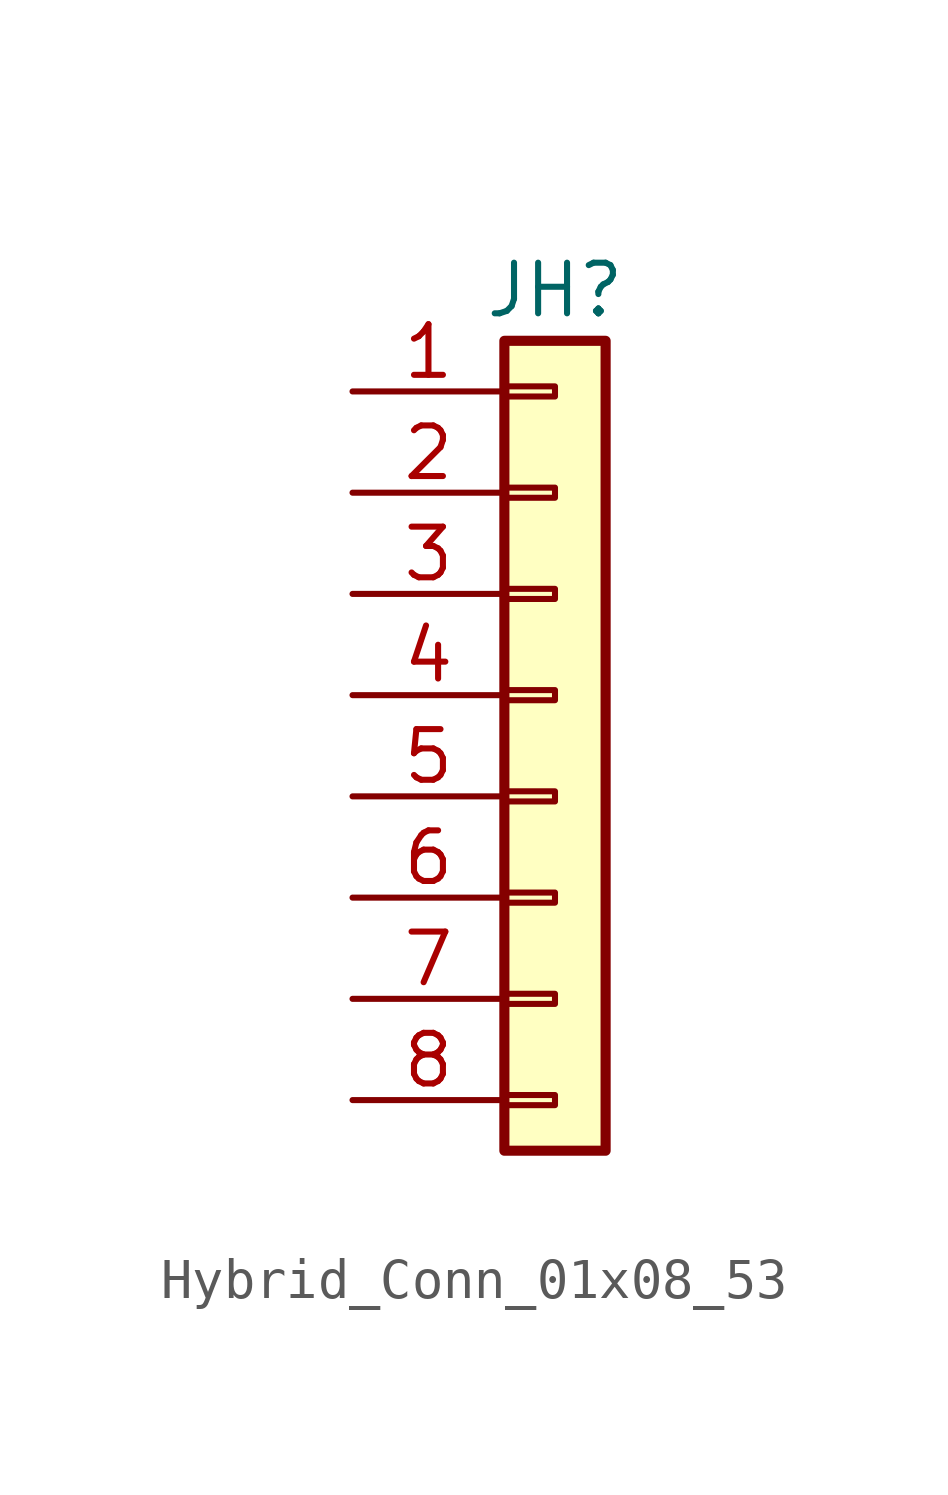
<source format=kicad_sym>
(kicad_symbol_lib
  (version 20220914)
  (generator kicad_symbol_editor)
  (symbol "Hybrid_Conn_01x08_53"
    (property "Reference" "JH"
      (at 5.08 17.78 0)
      (effects (font (size 1.27 1.27))))
    (property "Value" ""
      (at 0 0 0)
      (effects (font (size 1.27 1.27))))
    (symbol "Hybrid_Conn_01x08_53_1_1"
      (rectangle (start 3.81 -2.413) (end 5.08 -2.667) (stroke (width 0.152) (type default)) (fill (type none)))
      (rectangle (start 3.81 0.127) (end 5.08 -0.127) (stroke (width 0.152) (type default)) (fill (type none)))
      (rectangle (start 3.81 2.667) (end 5.08 2.413) (stroke (width 0.152) (type default)) (fill (type none)))
      (rectangle (start 3.81 5.207) (end 5.08 4.953) (stroke (width 0.152) (type default)) (fill (type none)))
      (rectangle (start 3.81 7.747) (end 5.08 7.493) (stroke (width 0.152) (type default)) (fill (type none)))
      (rectangle (start 3.81 10.287) (end 5.08 10.033) (stroke (width 0.152) (type default)) (fill (type none)))
      (rectangle (start 3.81 12.827) (end 5.08 12.573) (stroke (width 0.152) (type default)) (fill (type none)))
      (rectangle (start 3.81 15.367) (end 5.08 15.113) (stroke (width 0.152) (type default)) (fill (type none)))
      (rectangle (start 3.81 16.51) (end 6.35 -3.81) (stroke (width 0.254) (type default)) (fill (type background)))
      (pin power_out line (at 0 15.24 0) (length 3.81) (name "" (effects (font (size 1.27 1.27)))) (number "1" (effects (font (size 1.27 1.27)))))
      (pin power_out line (at 0 12.7 0) (length 3.81) (name "" (effects (font (size 1.27 1.27)))) (number "2" (effects (font (size 1.27 1.27)))))
      (pin power_out line (at 0 10.16 0) (length 3.81) (name "" (effects (font (size 1.27 1.27)))) (number "3" (effects (font (size 1.27 1.27)))))
      (pin power_out line (at 0 7.62 0) (length 3.81) (name "" (effects (font (size 1.27 1.27)))) (number "4" (effects (font (size 1.27 1.27)))))
      (pin power_out line (at 0 5.08 0) (length 3.81) (name "" (effects (font (size 1.27 1.27)))) (number "5" (effects (font (size 1.27 1.27)))))
      (pin passive line (at 0 2.54 0) (length 3.81) (name "" (effects (font (size 1.27 1.27)))) (number "6" (effects (font (size 1.27 1.27)))))
      (pin passive line (at 0 0 0) (length 3.81) (name "" (effects (font (size 1.27 1.27)))) (number "7" (effects (font (size 1.27 1.27)))))
      (pin passive line (at 0 -2.54 0) (length 3.81) (name "" (effects (font (size 1.27 1.27)))) (number "8" (effects (font (size 1.27 1.27))))))))
</source>
